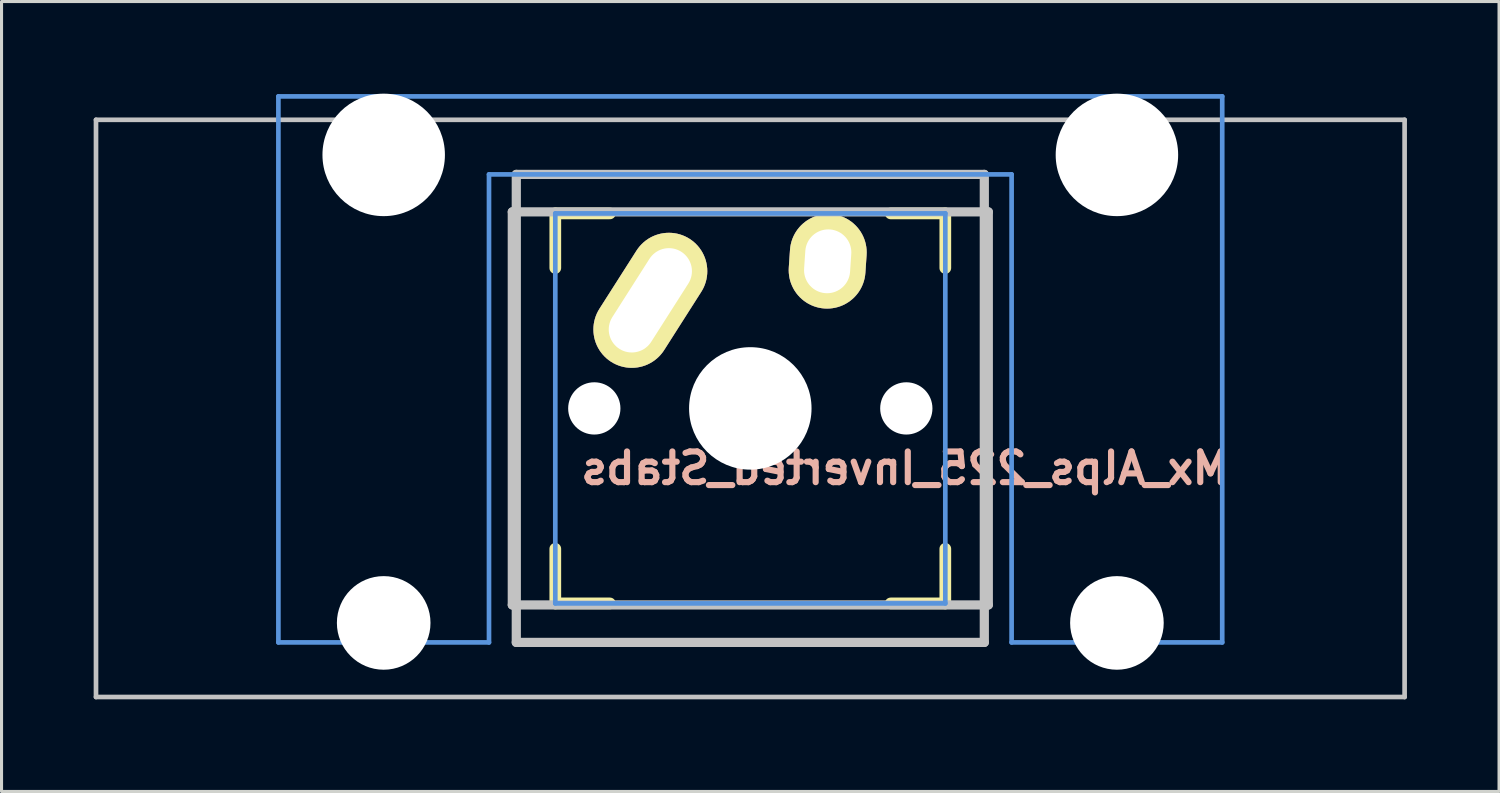
<source format=kicad_pcb>
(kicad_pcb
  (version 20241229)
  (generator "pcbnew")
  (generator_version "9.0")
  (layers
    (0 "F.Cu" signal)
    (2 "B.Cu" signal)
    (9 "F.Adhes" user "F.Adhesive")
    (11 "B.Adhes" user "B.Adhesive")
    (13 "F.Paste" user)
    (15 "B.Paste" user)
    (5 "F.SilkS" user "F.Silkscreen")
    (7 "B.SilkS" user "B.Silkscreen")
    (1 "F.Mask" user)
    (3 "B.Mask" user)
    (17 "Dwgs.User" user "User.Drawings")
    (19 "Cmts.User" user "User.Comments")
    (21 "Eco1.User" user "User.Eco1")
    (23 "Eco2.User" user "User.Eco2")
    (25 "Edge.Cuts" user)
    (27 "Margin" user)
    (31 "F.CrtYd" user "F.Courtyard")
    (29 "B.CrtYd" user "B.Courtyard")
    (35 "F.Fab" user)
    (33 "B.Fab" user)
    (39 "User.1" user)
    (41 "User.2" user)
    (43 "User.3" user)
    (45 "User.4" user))
  (footprint "Mx_Alps_225_Inverted_Stabs"
    (layer "F.Cu")
    (at 21.382 10.249)
    (property "Reference" "Mx_Alps_225_Inverted_Stabs" (at 5.033 1.949 180) (layer "B.SilkS") (effects (font (size 1 1) (thickness 0.2)) (justify mirror)))
    (attr through_hole)
    (fp_line (start -6.35 -6.35) (end -4.572 -6.35) (stroke (width 0.381) (type solid)) (layer "F.SilkS"))
    (fp_line (start -6.35 -4.572) (end -6.35 -6.35) (stroke (width 0.381) (type solid)) (layer "F.SilkS"))
    (fp_line (start -6.35 6.35) (end -6.35 4.572) (stroke (width 0.381) (type solid)) (layer "F.SilkS"))
    (fp_line (start -4.572 6.35) (end -6.35 6.35) (stroke (width 0.381) (type solid)) (layer "F.SilkS"))
    (fp_line (start 4.572 -6.35) (end 6.35 -6.35) (stroke (width 0.381) (type solid)) (layer "F.SilkS"))
    (fp_line (start 6.35 -6.35) (end 6.35 -4.572) (stroke (width 0.381) (type solid)) (layer "F.SilkS"))
    (fp_line (start 6.35 4.572) (end 6.35 6.35) (stroke (width 0.381) (type solid)) (layer "F.SilkS"))
    (fp_line (start 6.35 6.35) (end 4.572 6.35) (stroke (width 0.381) (type solid)) (layer "F.SilkS"))
    (fp_line (start -21.306 -9.398) (end 21.306 -9.398) (stroke (width 0.152) (type solid)) (layer "Dwgs.User"))
    (fp_line (start -21.306 9.398) (end -21.306 -9.398) (stroke (width 0.152) (type solid)) (layer "Dwgs.User"))
    (fp_line (start -7.75 6.4) (end -7.75 -6.4) (stroke (width 0.3) (type solid)) (layer "Dwgs.User"))
    (fp_line (start -7.75 6.4) (end 7.75 6.4) (stroke (width 0.3) (type solid)) (layer "Dwgs.User"))
    (fp_line (start -7.62 -7.62) (end 7.62 -7.62) (stroke (width 0.3) (type solid)) (layer "Dwgs.User"))
    (fp_line (start -7.62 7.62) (end -7.62 -7.62) (stroke (width 0.3) (type solid)) (layer "Dwgs.User"))
    (fp_line (start 7.62 -7.62) (end 7.62 7.62) (stroke (width 0.3) (type solid)) (layer "Dwgs.User"))
    (fp_line (start 7.62 7.62) (end -7.62 7.62) (stroke (width 0.3) (type solid)) (layer "Dwgs.User"))
    (fp_line (start 7.75 -6.4) (end -7.75 -6.4) (stroke (width 0.3) (type solid)) (layer "Dwgs.User"))
    (fp_line (start 7.75 6.4) (end 7.75 -6.4) (stroke (width 0.3) (type solid)) (layer "Dwgs.User"))
    (fp_line (start 21.306 -9.398) (end 21.306 9.398) (stroke (width 0.152) (type solid)) (layer "Dwgs.User"))
    (fp_line (start 21.306 9.398) (end -21.306 9.398) (stroke (width 0.152) (type solid)) (layer "Dwgs.User"))
    (fp_line (start -15.367 -10.16) (end -15.367 7.62) (stroke (width 0.152) (type solid)) (layer "Cmts.User"))
    (fp_line (start -15.367 7.62) (end -8.509 7.62) (stroke (width 0.152) (type solid)) (layer "Cmts.User"))
    (fp_line (start -8.509 -7.62) (end 8.509 -7.62) (stroke (width 0.152) (type solid)) (layer "Cmts.User"))
    (fp_line (start -8.509 7.62) (end -8.509 -7.62) (stroke (width 0.152) (type solid)) (layer "Cmts.User"))
    (fp_line (start -6.35 -6.35) (end 6.35 -6.35) (stroke (width 0.152) (type solid)) (layer "Cmts.User"))
    (fp_line (start -6.35 6.35) (end -6.35 -6.35) (stroke (width 0.152) (type solid)) (layer "Cmts.User"))
    (fp_line (start 6.35 -6.35) (end 6.35 6.35) (stroke (width 0.152) (type solid)) (layer "Cmts.User"))
    (fp_line (start 6.35 6.35) (end -6.35 6.35) (stroke (width 0.152) (type solid)) (layer "Cmts.User"))
    (fp_line (start 8.509 -7.62) (end 8.509 7.62) (stroke (width 0.152) (type solid)) (layer "Cmts.User"))
    (fp_line (start 8.509 7.62) (end 15.367 7.62) (stroke (width 0.152) (type solid)) (layer "Cmts.User"))
    (fp_line (start 15.367 -10.16) (end -15.367 -10.16) (stroke (width 0.152) (type solid)) (layer "Cmts.User"))
    (fp_line (start 15.367 7.62) (end 15.367 -10.16) (stroke (width 0.152) (type solid)) (layer "Cmts.User"))
    (fp_line (start -16.129 -0.508) (end -15.265 -0.508) (stroke (width 0.152) (type solid)) (layer "Eco2.User"))
    (fp_line (start -16.129 2.286) (end -16.129 -0.508) (stroke (width 0.152) (type solid)) (layer "Eco2.User"))
    (fp_line (start -15.265 -6.604) (end -14.224 -6.604) (stroke (width 0.152) (type solid)) (layer "Eco2.User"))
    (fp_line (start -15.265 -0.508) (end -15.265 -6.604) (stroke (width 0.152) (type solid)) (layer "Eco2.User"))
    (fp_line (start -15.265 2.286) (end -16.129 2.286) (stroke (width 0.152) (type solid)) (layer "Eco2.User"))
    (fp_line (start -15.265 5.69) (end -15.265 2.286) (stroke (width 0.152) (type solid)) (layer "Eco2.User"))
    (fp_line (start -14.224 -7.772) (end -9.652 -7.772) (stroke (width 0.152) (type solid)) (layer "Eco2.User"))
    (fp_line (start -14.224 -6.604) (end -14.224 -7.772) (stroke (width 0.152) (type solid)) (layer "Eco2.User"))
    (fp_line (start -9.652 -7.772) (end -9.652 -6.604) (stroke (width 0.152) (type solid)) (layer "Eco2.User"))
    (fp_line (start -9.652 -6.604) (end -8.611 -6.604) (stroke (width 0.152) (type solid)) (layer "Eco2.User"))
    (fp_line (start -8.611 -6.604) (end -8.611 -5.817) (stroke (width 0.152) (type solid)) (layer "Eco2.User"))
    (fp_line (start -8.611 -5.817) (end -6.985 -5.817) (stroke (width 0.152) (type solid)) (layer "Eco2.User"))
    (fp_line (start -8.611 4.877) (end -8.611 5.69) (stroke (width 0.152) (type solid)) (layer "Eco2.User"))
    (fp_line (start -8.611 5.69) (end -15.265 5.69) (stroke (width 0.152) (type solid)) (layer "Eco2.User"))
    (fp_line (start -6.985 -6.985) (end 6.985 -6.985) (stroke (width 0.152) (type solid)) (layer "Eco2.User"))
    (fp_line (start -6.985 -5.817) (end -6.985 -6.985) (stroke (width 0.152) (type solid)) (layer "Eco2.User"))
    (fp_line (start -6.985 4.877) (end -8.611 4.877) (stroke (width 0.152) (type solid)) (layer "Eco2.User"))
    (fp_line (start -6.985 6.985) (end -6.985 4.877) (stroke (width 0.152) (type solid)) (layer "Eco2.User"))
    (fp_line (start 6.985 -6.985) (end 6.985 -5.817) (stroke (width 0.152) (type solid)) (layer "Eco2.User"))
    (fp_line (start 6.985 -5.817) (end 8.611 -5.817) (stroke (width 0.152) (type solid)) (layer "Eco2.User"))
    (fp_line (start 6.985 4.877) (end 6.985 6.985) (stroke (width 0.152) (type solid)) (layer "Eco2.User"))
    (fp_line (start 6.985 6.985) (end -6.985 6.985) (stroke (width 0.152) (type solid)) (layer "Eco2.User"))
    (fp_line (start 8.611 -6.604) (end 9.652 -6.604) (stroke (width 0.152) (type solid)) (layer "Eco2.User"))
    (fp_line (start 8.611 -5.817) (end 8.611 -6.604) (stroke (width 0.152) (type solid)) (layer "Eco2.User"))
    (fp_line (start 8.611 4.877) (end 6.985 4.877) (stroke (width 0.152) (type solid)) (layer "Eco2.User"))
    (fp_line (start 8.611 5.69) (end 8.611 4.877) (stroke (width 0.152) (type solid)) (layer "Eco2.User"))
    (fp_line (start 9.652 -7.772) (end 14.224 -7.772) (stroke (width 0.152) (type solid)) (layer "Eco2.User"))
    (fp_line (start 9.652 -6.604) (end 9.652 -7.772) (stroke (width 0.152) (type solid)) (layer "Eco2.User"))
    (fp_line (start 14.224 -7.772) (end 14.224 -6.604) (stroke (width 0.152) (type solid)) (layer "Eco2.User"))
    (fp_line (start 14.224 -6.604) (end 15.265 -6.604) (stroke (width 0.152) (type solid)) (layer "Eco2.User"))
    (fp_line (start 15.265 -6.604) (end 15.265 -0.508) (stroke (width 0.152) (type solid)) (layer "Eco2.User"))
    (fp_line (start 15.265 -0.508) (end 16.129 -0.508) (stroke (width 0.152) (type solid)) (layer "Eco2.User"))
    (fp_line (start 15.265 2.286) (end 15.265 5.69) (stroke (width 0.152) (type solid)) (layer "Eco2.User"))
    (fp_line (start 15.265 5.69) (end 8.611 5.69) (stroke (width 0.152) (type solid)) (layer "Eco2.User"))
    (fp_line (start 16.129 -0.508) (end 16.129 2.286) (stroke (width 0.152) (type solid)) (layer "Eco2.User"))
    (fp_line (start 16.129 2.286) (end 15.265 2.286) (stroke (width 0.152) (type solid)) (layer "Eco2.User"))
    (pad "" np_thru_hole circle (at -11.938 -8.255 180) (size 3.988 3.988) (drill 3.988) (layers "*.Cu"))
    (pad "" np_thru_hole circle (at -11.938 6.985 180) (size 3.048 3.048) (drill 3.048) (layers "*.Cu"))
    (pad "" np_thru_hole circle (at -5.08 0) (size 1.702 1.702) (drill 1.702) (layers "*.Cu"))
    (pad "" np_thru_hole circle (at 0 0) (size 3.988 3.988) (drill 3.988) (layers "*.Cu"))
    (pad "" np_thru_hole circle (at 5.08 0) (size 1.702 1.702) (drill 1.702) (layers "*.Cu"))
    (pad "" np_thru_hole circle (at 11.938 -8.255 180) (size 3.988 3.988) (drill 3.988) (layers "*.Cu"))
    (pad "" np_thru_hole circle (at 11.938 6.985 180) (size 3.048 3.048) (drill 3.048) (layers "*.Cu"))
    (pad "1" thru_hole oval (at -3.255 -3.52 327.5) (size 2.5 4.75) (drill oval 1.5 3.75) (layers "*.Cu" "*.Mask" "F.SilkS"))
    (pad "2" thru_hole oval (at 2.52 -4.79 356.1) (size 2.5 3.08) (drill oval 1.5 2.08) (layers "*.Cu" "*.Mask" "F.SilkS")))
  (gr_rect
    (start -3 -3)
    (end 45.763 22.723)
    (stroke (width 0.1) (type default))
    (fill no)
    (layer "Edge.Cuts")))
</source>
